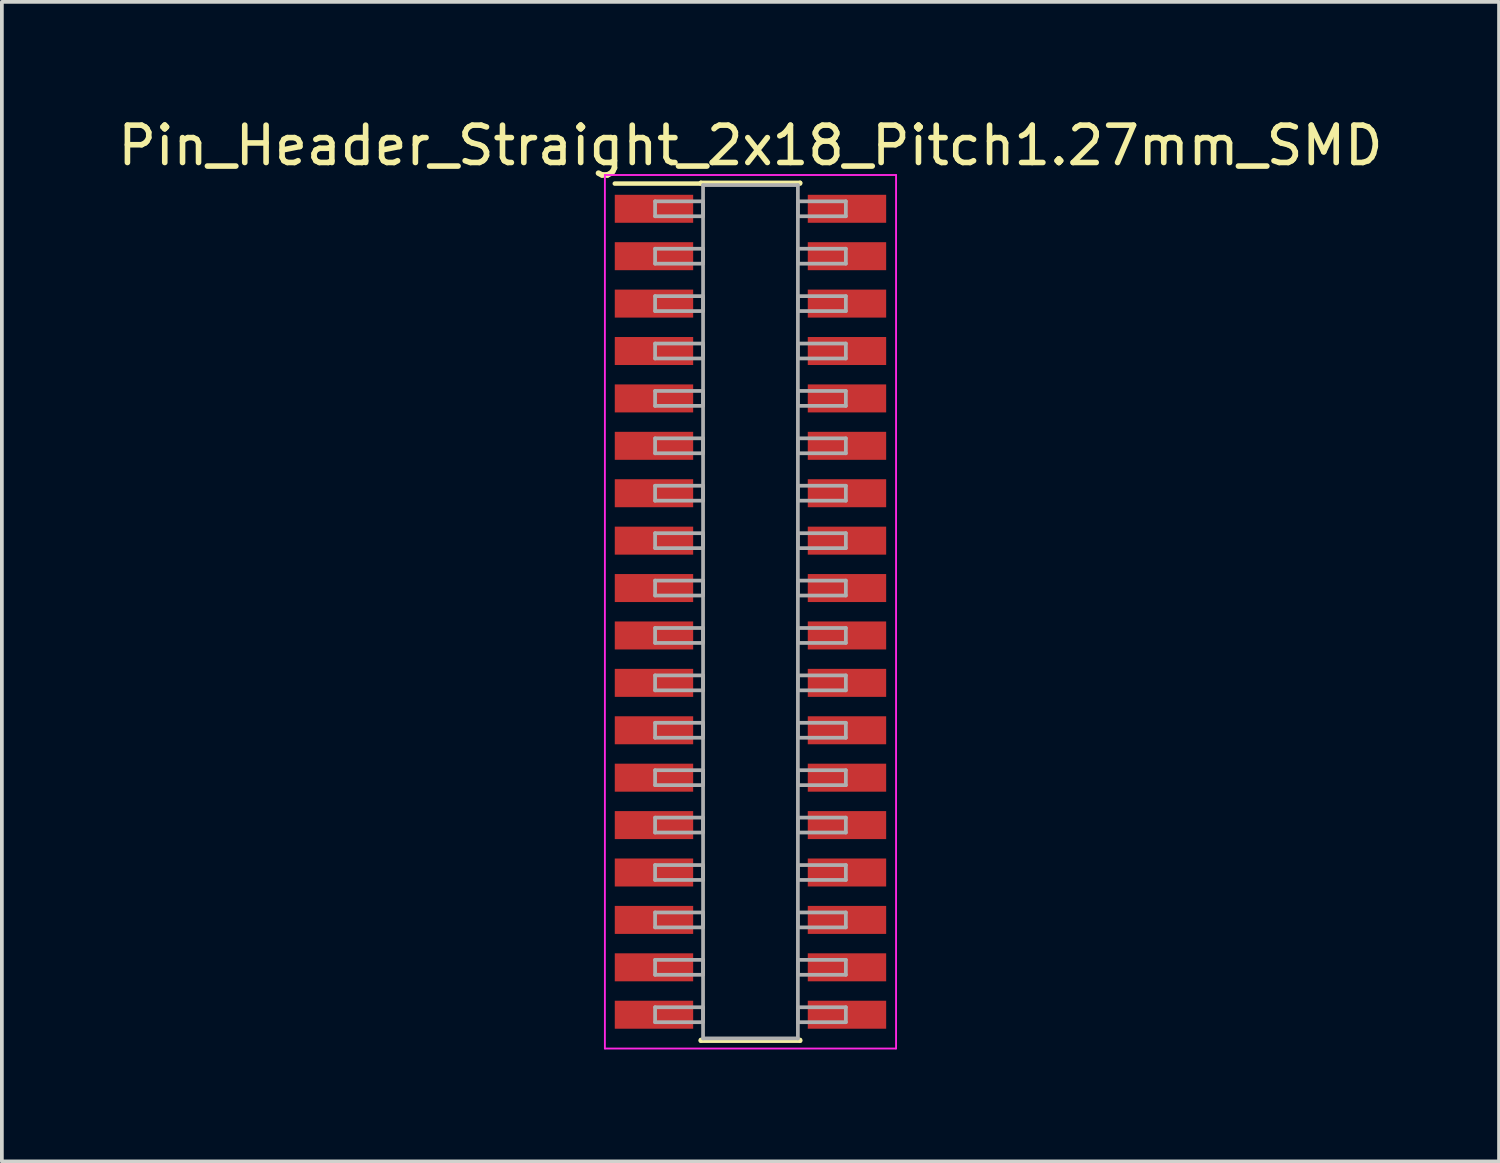
<source format=kicad_pcb>
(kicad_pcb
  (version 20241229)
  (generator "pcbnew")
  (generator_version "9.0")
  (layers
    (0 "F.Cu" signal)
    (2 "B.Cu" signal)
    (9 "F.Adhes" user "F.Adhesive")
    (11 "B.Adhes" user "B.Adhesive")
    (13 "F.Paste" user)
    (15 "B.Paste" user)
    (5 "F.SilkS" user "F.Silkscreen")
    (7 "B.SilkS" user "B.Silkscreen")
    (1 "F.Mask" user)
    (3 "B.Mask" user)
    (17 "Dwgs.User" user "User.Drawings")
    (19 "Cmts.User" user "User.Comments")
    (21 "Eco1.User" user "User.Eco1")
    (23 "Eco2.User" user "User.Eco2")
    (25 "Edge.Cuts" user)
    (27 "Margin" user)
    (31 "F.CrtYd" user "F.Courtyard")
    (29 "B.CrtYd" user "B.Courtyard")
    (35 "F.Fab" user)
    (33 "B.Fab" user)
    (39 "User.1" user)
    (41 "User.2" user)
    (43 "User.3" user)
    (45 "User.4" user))
  (footprint "Pin_Header_Straight_2x18_Pitch1.27mm_SMD"
    (layer "F.Cu")
    (at 17.054 13.338)
    (property "Reference" "Pin_Header_Straight_2x18_Pitch1.27mm_SMD" (at 0 -12.49 0) (layer "F.SilkS") (effects (font (size 1 1) (thickness 0.15))))
    (attr smd)
    (fp_line (start -3.635 -11.47) (end -1.33 -11.47) (stroke (width 0.12) (type solid)) (layer "F.SilkS"))
    (fp_line (start -1.33 -11.49) (end 1.33 -11.49) (stroke (width 0.12) (type solid)) (layer "F.SilkS"))
    (fp_line (start -1.33 -11.47) (end -1.33 -11.49) (stroke (width 0.12) (type solid)) (layer "F.SilkS"))
    (fp_line (start -1.33 11.47) (end -1.33 11.49) (stroke (width 0.12) (type solid)) (layer "F.SilkS"))
    (fp_line (start -1.33 11.49) (end 1.33 11.49) (stroke (width 0.12) (type solid)) (layer "F.SilkS"))
    (fp_line (start 1.33 -11.49) (end 1.33 -11.47) (stroke (width 0.12) (type solid)) (layer "F.SilkS"))
    (fp_line (start 1.33 11.49) (end 1.33 11.47) (stroke (width 0.12) (type solid)) (layer "F.SilkS"))
    (fp_line (start -3.9 -11.7) (end -3.9 11.7) (stroke (width 0.05) (type solid)) (layer "F.CrtYd"))
    (fp_line (start -3.9 11.7) (end 3.9 11.7) (stroke (width 0.05) (type solid)) (layer "F.CrtYd"))
    (fp_line (start 3.9 -11.7) (end -3.9 -11.7) (stroke (width 0.05) (type solid)) (layer "F.CrtYd"))
    (fp_line (start 3.9 11.7) (end 3.9 -11.7) (stroke (width 0.05) (type solid)) (layer "F.CrtYd"))
    (fp_line (start -2.555 -10.995) (end -1.27 -10.995) (stroke (width 0.1) (type solid)) (layer "F.Fab"))
    (fp_line (start -2.555 -10.595) (end -2.555 -10.995) (stroke (width 0.1) (type solid)) (layer "F.Fab"))
    (fp_line (start -2.555 -9.725) (end -1.27 -9.725) (stroke (width 0.1) (type solid)) (layer "F.Fab"))
    (fp_line (start -2.555 -9.325) (end -2.555 -9.725) (stroke (width 0.1) (type solid)) (layer "F.Fab"))
    (fp_line (start -2.555 -8.455) (end -1.27 -8.455) (stroke (width 0.1) (type solid)) (layer "F.Fab"))
    (fp_line (start -2.555 -8.055) (end -2.555 -8.455) (stroke (width 0.1) (type solid)) (layer "F.Fab"))
    (fp_line (start -2.555 -7.185) (end -1.27 -7.185) (stroke (width 0.1) (type solid)) (layer "F.Fab"))
    (fp_line (start -2.555 -6.785) (end -2.555 -7.185) (stroke (width 0.1) (type solid)) (layer "F.Fab"))
    (fp_line (start -2.555 -5.915) (end -1.27 -5.915) (stroke (width 0.1) (type solid)) (layer "F.Fab"))
    (fp_line (start -2.555 -5.515) (end -2.555 -5.915) (stroke (width 0.1) (type solid)) (layer "F.Fab"))
    (fp_line (start -2.555 -4.645) (end -1.27 -4.645) (stroke (width 0.1) (type solid)) (layer "F.Fab"))
    (fp_line (start -2.555 -4.245) (end -2.555 -4.645) (stroke (width 0.1) (type solid)) (layer "F.Fab"))
    (fp_line (start -2.555 -3.375) (end -1.27 -3.375) (stroke (width 0.1) (type solid)) (layer "F.Fab"))
    (fp_line (start -2.555 -2.975) (end -2.555 -3.375) (stroke (width 0.1) (type solid)) (layer "F.Fab"))
    (fp_line (start -2.555 -2.105) (end -1.27 -2.105) (stroke (width 0.1) (type solid)) (layer "F.Fab"))
    (fp_line (start -2.555 -1.705) (end -2.555 -2.105) (stroke (width 0.1) (type solid)) (layer "F.Fab"))
    (fp_line (start -2.555 -0.835) (end -1.27 -0.835) (stroke (width 0.1) (type solid)) (layer "F.Fab"))
    (fp_line (start -2.555 -0.435) (end -2.555 -0.835) (stroke (width 0.1) (type solid)) (layer "F.Fab"))
    (fp_line (start -2.555 0.435) (end -1.27 0.435) (stroke (width 0.1) (type solid)) (layer "F.Fab"))
    (fp_line (start -2.555 0.835) (end -2.555 0.435) (stroke (width 0.1) (type solid)) (layer "F.Fab"))
    (fp_line (start -2.555 1.705) (end -1.27 1.705) (stroke (width 0.1) (type solid)) (layer "F.Fab"))
    (fp_line (start -2.555 2.105) (end -2.555 1.705) (stroke (width 0.1) (type solid)) (layer "F.Fab"))
    (fp_line (start -2.555 2.975) (end -1.27 2.975) (stroke (width 0.1) (type solid)) (layer "F.Fab"))
    (fp_line (start -2.555 3.375) (end -2.555 2.975) (stroke (width 0.1) (type solid)) (layer "F.Fab"))
    (fp_line (start -2.555 4.245) (end -1.27 4.245) (stroke (width 0.1) (type solid)) (layer "F.Fab"))
    (fp_line (start -2.555 4.645) (end -2.555 4.245) (stroke (width 0.1) (type solid)) (layer "F.Fab"))
    (fp_line (start -2.555 5.515) (end -1.27 5.515) (stroke (width 0.1) (type solid)) (layer "F.Fab"))
    (fp_line (start -2.555 5.915) (end -2.555 5.515) (stroke (width 0.1) (type solid)) (layer "F.Fab"))
    (fp_line (start -2.555 6.785) (end -1.27 6.785) (stroke (width 0.1) (type solid)) (layer "F.Fab"))
    (fp_line (start -2.555 7.185) (end -2.555 6.785) (stroke (width 0.1) (type solid)) (layer "F.Fab"))
    (fp_line (start -2.555 8.055) (end -1.27 8.055) (stroke (width 0.1) (type solid)) (layer "F.Fab"))
    (fp_line (start -2.555 8.455) (end -2.555 8.055) (stroke (width 0.1) (type solid)) (layer "F.Fab"))
    (fp_line (start -2.555 9.325) (end -1.27 9.325) (stroke (width 0.1) (type solid)) (layer "F.Fab"))
    (fp_line (start -2.555 9.725) (end -2.555 9.325) (stroke (width 0.1) (type solid)) (layer "F.Fab"))
    (fp_line (start -2.555 10.595) (end -1.27 10.595) (stroke (width 0.1) (type solid)) (layer "F.Fab"))
    (fp_line (start -2.555 10.995) (end -2.555 10.595) (stroke (width 0.1) (type solid)) (layer "F.Fab"))
    (fp_line (start -1.27 -11.43) (end -1.27 11.43) (stroke (width 0.1) (type solid)) (layer "F.Fab"))
    (fp_line (start -1.27 -10.995) (end -1.27 -10.595) (stroke (width 0.1) (type solid)) (layer "F.Fab"))
    (fp_line (start -1.27 -10.595) (end -2.555 -10.595) (stroke (width 0.1) (type solid)) (layer "F.Fab"))
    (fp_line (start -1.27 -9.725) (end -1.27 -9.325) (stroke (width 0.1) (type solid)) (layer "F.Fab"))
    (fp_line (start -1.27 -9.325) (end -2.555 -9.325) (stroke (width 0.1) (type solid)) (layer "F.Fab"))
    (fp_line (start -1.27 -8.455) (end -1.27 -8.055) (stroke (width 0.1) (type solid)) (layer "F.Fab"))
    (fp_line (start -1.27 -8.055) (end -2.555 -8.055) (stroke (width 0.1) (type solid)) (layer "F.Fab"))
    (fp_line (start -1.27 -7.185) (end -1.27 -6.785) (stroke (width 0.1) (type solid)) (layer "F.Fab"))
    (fp_line (start -1.27 -6.785) (end -2.555 -6.785) (stroke (width 0.1) (type solid)) (layer "F.Fab"))
    (fp_line (start -1.27 -5.915) (end -1.27 -5.515) (stroke (width 0.1) (type solid)) (layer "F.Fab"))
    (fp_line (start -1.27 -5.515) (end -2.555 -5.515) (stroke (width 0.1) (type solid)) (layer "F.Fab"))
    (fp_line (start -1.27 -4.645) (end -1.27 -4.245) (stroke (width 0.1) (type solid)) (layer "F.Fab"))
    (fp_line (start -1.27 -4.245) (end -2.555 -4.245) (stroke (width 0.1) (type solid)) (layer "F.Fab"))
    (fp_line (start -1.27 -3.375) (end -1.27 -2.975) (stroke (width 0.1) (type solid)) (layer "F.Fab"))
    (fp_line (start -1.27 -2.975) (end -2.555 -2.975) (stroke (width 0.1) (type solid)) (layer "F.Fab"))
    (fp_line (start -1.27 -2.105) (end -1.27 -1.705) (stroke (width 0.1) (type solid)) (layer "F.Fab"))
    (fp_line (start -1.27 -1.705) (end -2.555 -1.705) (stroke (width 0.1) (type solid)) (layer "F.Fab"))
    (fp_line (start -1.27 -0.835) (end -1.27 -0.435) (stroke (width 0.1) (type solid)) (layer "F.Fab"))
    (fp_line (start -1.27 -0.435) (end -2.555 -0.435) (stroke (width 0.1) (type solid)) (layer "F.Fab"))
    (fp_line (start -1.27 0.435) (end -1.27 0.835) (stroke (width 0.1) (type solid)) (layer "F.Fab"))
    (fp_line (start -1.27 0.835) (end -2.555 0.835) (stroke (width 0.1) (type solid)) (layer "F.Fab"))
    (fp_line (start -1.27 1.705) (end -1.27 2.105) (stroke (width 0.1) (type solid)) (layer "F.Fab"))
    (fp_line (start -1.27 2.105) (end -2.555 2.105) (stroke (width 0.1) (type solid)) (layer "F.Fab"))
    (fp_line (start -1.27 2.975) (end -1.27 3.375) (stroke (width 0.1) (type solid)) (layer "F.Fab"))
    (fp_line (start -1.27 3.375) (end -2.555 3.375) (stroke (width 0.1) (type solid)) (layer "F.Fab"))
    (fp_line (start -1.27 4.245) (end -1.27 4.645) (stroke (width 0.1) (type solid)) (layer "F.Fab"))
    (fp_line (start -1.27 4.645) (end -2.555 4.645) (stroke (width 0.1) (type solid)) (layer "F.Fab"))
    (fp_line (start -1.27 5.515) (end -1.27 5.915) (stroke (width 0.1) (type solid)) (layer "F.Fab"))
    (fp_line (start -1.27 5.915) (end -2.555 5.915) (stroke (width 0.1) (type solid)) (layer "F.Fab"))
    (fp_line (start -1.27 6.785) (end -1.27 7.185) (stroke (width 0.1) (type solid)) (layer "F.Fab"))
    (fp_line (start -1.27 7.185) (end -2.555 7.185) (stroke (width 0.1) (type solid)) (layer "F.Fab"))
    (fp_line (start -1.27 8.055) (end -1.27 8.455) (stroke (width 0.1) (type solid)) (layer "F.Fab"))
    (fp_line (start -1.27 8.455) (end -2.555 8.455) (stroke (width 0.1) (type solid)) (layer "F.Fab"))
    (fp_line (start -1.27 9.325) (end -1.27 9.725) (stroke (width 0.1) (type solid)) (layer "F.Fab"))
    (fp_line (start -1.27 9.725) (end -2.555 9.725) (stroke (width 0.1) (type solid)) (layer "F.Fab"))
    (fp_line (start -1.27 10.595) (end -1.27 10.995) (stroke (width 0.1) (type solid)) (layer "F.Fab"))
    (fp_line (start -1.27 10.995) (end -2.555 10.995) (stroke (width 0.1) (type solid)) (layer "F.Fab"))
    (fp_line (start -1.27 11.43) (end 1.27 11.43) (stroke (width 0.1) (type solid)) (layer "F.Fab"))
    (fp_line (start 1.27 -11.43) (end -1.27 -11.43) (stroke (width 0.1) (type solid)) (layer "F.Fab"))
    (fp_line (start 1.27 -10.995) (end 1.27 -10.595) (stroke (width 0.1) (type solid)) (layer "F.Fab"))
    (fp_line (start 1.27 -10.595) (end 2.555 -10.595) (stroke (width 0.1) (type solid)) (layer "F.Fab"))
    (fp_line (start 1.27 -9.725) (end 1.27 -9.325) (stroke (width 0.1) (type solid)) (layer "F.Fab"))
    (fp_line (start 1.27 -9.325) (end 2.555 -9.325) (stroke (width 0.1) (type solid)) (layer "F.Fab"))
    (fp_line (start 1.27 -8.455) (end 1.27 -8.055) (stroke (width 0.1) (type solid)) (layer "F.Fab"))
    (fp_line (start 1.27 -8.055) (end 2.555 -8.055) (stroke (width 0.1) (type solid)) (layer "F.Fab"))
    (fp_line (start 1.27 -7.185) (end 1.27 -6.785) (stroke (width 0.1) (type solid)) (layer "F.Fab"))
    (fp_line (start 1.27 -6.785) (end 2.555 -6.785) (stroke (width 0.1) (type solid)) (layer "F.Fab"))
    (fp_line (start 1.27 -5.915) (end 1.27 -5.515) (stroke (width 0.1) (type solid)) (layer "F.Fab"))
    (fp_line (start 1.27 -5.515) (end 2.555 -5.515) (stroke (width 0.1) (type solid)) (layer "F.Fab"))
    (fp_line (start 1.27 -4.645) (end 1.27 -4.245) (stroke (width 0.1) (type solid)) (layer "F.Fab"))
    (fp_line (start 1.27 -4.245) (end 2.555 -4.245) (stroke (width 0.1) (type solid)) (layer "F.Fab"))
    (fp_line (start 1.27 -3.375) (end 1.27 -2.975) (stroke (width 0.1) (type solid)) (layer "F.Fab"))
    (fp_line (start 1.27 -2.975) (end 2.555 -2.975) (stroke (width 0.1) (type solid)) (layer "F.Fab"))
    (fp_line (start 1.27 -2.105) (end 1.27 -1.705) (stroke (width 0.1) (type solid)) (layer "F.Fab"))
    (fp_line (start 1.27 -1.705) (end 2.555 -1.705) (stroke (width 0.1) (type solid)) (layer "F.Fab"))
    (fp_line (start 1.27 -0.835) (end 1.27 -0.435) (stroke (width 0.1) (type solid)) (layer "F.Fab"))
    (fp_line (start 1.27 -0.435) (end 2.555 -0.435) (stroke (width 0.1) (type solid)) (layer "F.Fab"))
    (fp_line (start 1.27 0.435) (end 1.27 0.835) (stroke (width 0.1) (type solid)) (layer "F.Fab"))
    (fp_line (start 1.27 0.835) (end 2.555 0.835) (stroke (width 0.1) (type solid)) (layer "F.Fab"))
    (fp_line (start 1.27 1.705) (end 1.27 2.105) (stroke (width 0.1) (type solid)) (layer "F.Fab"))
    (fp_line (start 1.27 2.105) (end 2.555 2.105) (stroke (width 0.1) (type solid)) (layer "F.Fab"))
    (fp_line (start 1.27 2.975) (end 1.27 3.375) (stroke (width 0.1) (type solid)) (layer "F.Fab"))
    (fp_line (start 1.27 3.375) (end 2.555 3.375) (stroke (width 0.1) (type solid)) (layer "F.Fab"))
    (fp_line (start 1.27 4.245) (end 1.27 4.645) (stroke (width 0.1) (type solid)) (layer "F.Fab"))
    (fp_line (start 1.27 4.645) (end 2.555 4.645) (stroke (width 0.1) (type solid)) (layer "F.Fab"))
    (fp_line (start 1.27 5.515) (end 1.27 5.915) (stroke (width 0.1) (type solid)) (layer "F.Fab"))
    (fp_line (start 1.27 5.915) (end 2.555 5.915) (stroke (width 0.1) (type solid)) (layer "F.Fab"))
    (fp_line (start 1.27 6.785) (end 1.27 7.185) (stroke (width 0.1) (type solid)) (layer "F.Fab"))
    (fp_line (start 1.27 7.185) (end 2.555 7.185) (stroke (width 0.1) (type solid)) (layer "F.Fab"))
    (fp_line (start 1.27 8.055) (end 1.27 8.455) (stroke (width 0.1) (type solid)) (layer "F.Fab"))
    (fp_line (start 1.27 8.455) (end 2.555 8.455) (stroke (width 0.1) (type solid)) (layer "F.Fab"))
    (fp_line (start 1.27 9.325) (end 1.27 9.725) (stroke (width 0.1) (type solid)) (layer "F.Fab"))
    (fp_line (start 1.27 9.725) (end 2.555 9.725) (stroke (width 0.1) (type solid)) (layer "F.Fab"))
    (fp_line (start 1.27 10.595) (end 1.27 10.995) (stroke (width 0.1) (type solid)) (layer "F.Fab"))
    (fp_line (start 1.27 10.995) (end 2.555 10.995) (stroke (width 0.1) (type solid)) (layer "F.Fab"))
    (fp_line (start 1.27 11.43) (end 1.27 -11.43) (stroke (width 0.1) (type solid)) (layer "F.Fab"))
    (fp_line (start 2.555 -10.995) (end 1.27 -10.995) (stroke (width 0.1) (type solid)) (layer "F.Fab"))
    (fp_line (start 2.555 -10.595) (end 2.555 -10.995) (stroke (width 0.1) (type solid)) (layer "F.Fab"))
    (fp_line (start 2.555 -9.725) (end 1.27 -9.725) (stroke (width 0.1) (type solid)) (layer "F.Fab"))
    (fp_line (start 2.555 -9.325) (end 2.555 -9.725) (stroke (width 0.1) (type solid)) (layer "F.Fab"))
    (fp_line (start 2.555 -8.455) (end 1.27 -8.455) (stroke (width 0.1) (type solid)) (layer "F.Fab"))
    (fp_line (start 2.555 -8.055) (end 2.555 -8.455) (stroke (width 0.1) (type solid)) (layer "F.Fab"))
    (fp_line (start 2.555 -7.185) (end 1.27 -7.185) (stroke (width 0.1) (type solid)) (layer "F.Fab"))
    (fp_line (start 2.555 -6.785) (end 2.555 -7.185) (stroke (width 0.1) (type solid)) (layer "F.Fab"))
    (fp_line (start 2.555 -5.915) (end 1.27 -5.915) (stroke (width 0.1) (type solid)) (layer "F.Fab"))
    (fp_line (start 2.555 -5.515) (end 2.555 -5.915) (stroke (width 0.1) (type solid)) (layer "F.Fab"))
    (fp_line (start 2.555 -4.645) (end 1.27 -4.645) (stroke (width 0.1) (type solid)) (layer "F.Fab"))
    (fp_line (start 2.555 -4.245) (end 2.555 -4.645) (stroke (width 0.1) (type solid)) (layer "F.Fab"))
    (fp_line (start 2.555 -3.375) (end 1.27 -3.375) (stroke (width 0.1) (type solid)) (layer "F.Fab"))
    (fp_line (start 2.555 -2.975) (end 2.555 -3.375) (stroke (width 0.1) (type solid)) (layer "F.Fab"))
    (fp_line (start 2.555 -2.105) (end 1.27 -2.105) (stroke (width 0.1) (type solid)) (layer "F.Fab"))
    (fp_line (start 2.555 -1.705) (end 2.555 -2.105) (stroke (width 0.1) (type solid)) (layer "F.Fab"))
    (fp_line (start 2.555 -0.835) (end 1.27 -0.835) (stroke (width 0.1) (type solid)) (layer "F.Fab"))
    (fp_line (start 2.555 -0.435) (end 2.555 -0.835) (stroke (width 0.1) (type solid)) (layer "F.Fab"))
    (fp_line (start 2.555 0.435) (end 1.27 0.435) (stroke (width 0.1) (type solid)) (layer "F.Fab"))
    (fp_line (start 2.555 0.835) (end 2.555 0.435) (stroke (width 0.1) (type solid)) (layer "F.Fab"))
    (fp_line (start 2.555 1.705) (end 1.27 1.705) (stroke (width 0.1) (type solid)) (layer "F.Fab"))
    (fp_line (start 2.555 2.105) (end 2.555 1.705) (stroke (width 0.1) (type solid)) (layer "F.Fab"))
    (fp_line (start 2.555 2.975) (end 1.27 2.975) (stroke (width 0.1) (type solid)) (layer "F.Fab"))
    (fp_line (start 2.555 3.375) (end 2.555 2.975) (stroke (width 0.1) (type solid)) (layer "F.Fab"))
    (fp_line (start 2.555 4.245) (end 1.27 4.245) (stroke (width 0.1) (type solid)) (layer "F.Fab"))
    (fp_line (start 2.555 4.645) (end 2.555 4.245) (stroke (width 0.1) (type solid)) (layer "F.Fab"))
    (fp_line (start 2.555 5.515) (end 1.27 5.515) (stroke (width 0.1) (type solid)) (layer "F.Fab"))
    (fp_line (start 2.555 5.915) (end 2.555 5.515) (stroke (width 0.1) (type solid)) (layer "F.Fab"))
    (fp_line (start 2.555 6.785) (end 1.27 6.785) (stroke (width 0.1) (type solid)) (layer "F.Fab"))
    (fp_line (start 2.555 7.185) (end 2.555 6.785) (stroke (width 0.1) (type solid)) (layer "F.Fab"))
    (fp_line (start 2.555 8.055) (end 1.27 8.055) (stroke (width 0.1) (type solid)) (layer "F.Fab"))
    (fp_line (start 2.555 8.455) (end 2.555 8.055) (stroke (width 0.1) (type solid)) (layer "F.Fab"))
    (fp_line (start 2.555 9.325) (end 1.27 9.325) (stroke (width 0.1) (type solid)) (layer "F.Fab"))
    (fp_line (start 2.555 9.725) (end 2.555 9.325) (stroke (width 0.1) (type solid)) (layer "F.Fab"))
    (fp_line (start 2.555 10.595) (end 1.27 10.595) (stroke (width 0.1) (type solid)) (layer "F.Fab"))
    (fp_line (start 2.555 10.995) (end 2.555 10.595) (stroke (width 0.1) (type solid)) (layer "F.Fab"))
    (pad "1" smd rect (at -2.585 -10.795) (size 2.1 0.75) (layers "F.Cu" "F.Mask"))
    (pad "2" smd rect (at 2.585 -10.795) (size 2.1 0.75) (layers "F.Cu" "F.Mask"))
    (pad "3" smd rect (at -2.585 -9.525) (size 2.1 0.75) (layers "F.Cu" "F.Mask"))
    (pad "4" smd rect (at 2.585 -9.525) (size 2.1 0.75) (layers "F.Cu" "F.Mask"))
    (pad "5" smd rect (at -2.585 -8.255) (size 2.1 0.75) (layers "F.Cu" "F.Mask"))
    (pad "6" smd rect (at 2.585 -8.255) (size 2.1 0.75) (layers "F.Cu" "F.Mask"))
    (pad "7" smd rect (at -2.585 -6.985) (size 2.1 0.75) (layers "F.Cu" "F.Mask"))
    (pad "8" smd rect (at 2.585 -6.985) (size 2.1 0.75) (layers "F.Cu" "F.Mask"))
    (pad "9" smd rect (at -2.585 -5.715) (size 2.1 0.75) (layers "F.Cu" "F.Mask"))
    (pad "10" smd rect (at 2.585 -5.715) (size 2.1 0.75) (layers "F.Cu" "F.Mask"))
    (pad "11" smd rect (at -2.585 -4.445) (size 2.1 0.75) (layers "F.Cu" "F.Mask"))
    (pad "12" smd rect (at 2.585 -4.445) (size 2.1 0.75) (layers "F.Cu" "F.Mask"))
    (pad "13" smd rect (at -2.585 -3.175) (size 2.1 0.75) (layers "F.Cu" "F.Mask"))
    (pad "14" smd rect (at 2.585 -3.175) (size 2.1 0.75) (layers "F.Cu" "F.Mask"))
    (pad "15" smd rect (at -2.585 -1.905) (size 2.1 0.75) (layers "F.Cu" "F.Mask"))
    (pad "16" smd rect (at 2.585 -1.905) (size 2.1 0.75) (layers "F.Cu" "F.Mask"))
    (pad "17" smd rect (at -2.585 -0.635) (size 2.1 0.75) (layers "F.Cu" "F.Mask"))
    (pad "18" smd rect (at 2.585 -0.635) (size 2.1 0.75) (layers "F.Cu" "F.Mask"))
    (pad "19" smd rect (at -2.585 0.635) (size 2.1 0.75) (layers "F.Cu" "F.Mask"))
    (pad "20" smd rect (at 2.585 0.635) (size 2.1 0.75) (layers "F.Cu" "F.Mask"))
    (pad "21" smd rect (at -2.585 1.905) (size 2.1 0.75) (layers "F.Cu" "F.Mask"))
    (pad "22" smd rect (at 2.585 1.905) (size 2.1 0.75) (layers "F.Cu" "F.Mask"))
    (pad "23" smd rect (at -2.585 3.175) (size 2.1 0.75) (layers "F.Cu" "F.Mask"))
    (pad "24" smd rect (at 2.585 3.175) (size 2.1 0.75) (layers "F.Cu" "F.Mask"))
    (pad "25" smd rect (at -2.585 4.445) (size 2.1 0.75) (layers "F.Cu" "F.Mask"))
    (pad "26" smd rect (at 2.585 4.445) (size 2.1 0.75) (layers "F.Cu" "F.Mask"))
    (pad "27" smd rect (at -2.585 5.715) (size 2.1 0.75) (layers "F.Cu" "F.Mask"))
    (pad "28" smd rect (at 2.585 5.715) (size 2.1 0.75) (layers "F.Cu" "F.Mask"))
    (pad "29" smd rect (at -2.585 6.985) (size 2.1 0.75) (layers "F.Cu" "F.Mask"))
    (pad "30" smd rect (at 2.585 6.985) (size 2.1 0.75) (layers "F.Cu" "F.Mask"))
    (pad "31" smd rect (at -2.585 8.255) (size 2.1 0.75) (layers "F.Cu" "F.Mask"))
    (pad "32" smd rect (at 2.585 8.255) (size 2.1 0.75) (layers "F.Cu" "F.Mask"))
    (pad "33" smd rect (at -2.585 9.525) (size 2.1 0.75) (layers "F.Cu" "F.Mask"))
    (pad "34" smd rect (at 2.585 9.525) (size 2.1 0.75) (layers "F.Cu" "F.Mask"))
    (pad "35" smd rect (at -2.585 10.795) (size 2.1 0.75) (layers "F.Cu" "F.Mask"))
    (pad "36" smd rect (at 2.585 10.795) (size 2.1 0.75) (layers "F.Cu" "F.Mask")))
  (gr_rect
    (start -3 -3)
    (end 37.107 28.063)
    (stroke (width 0.1) (type default))
    (fill no)
    (layer "Edge.Cuts")))
</source>
